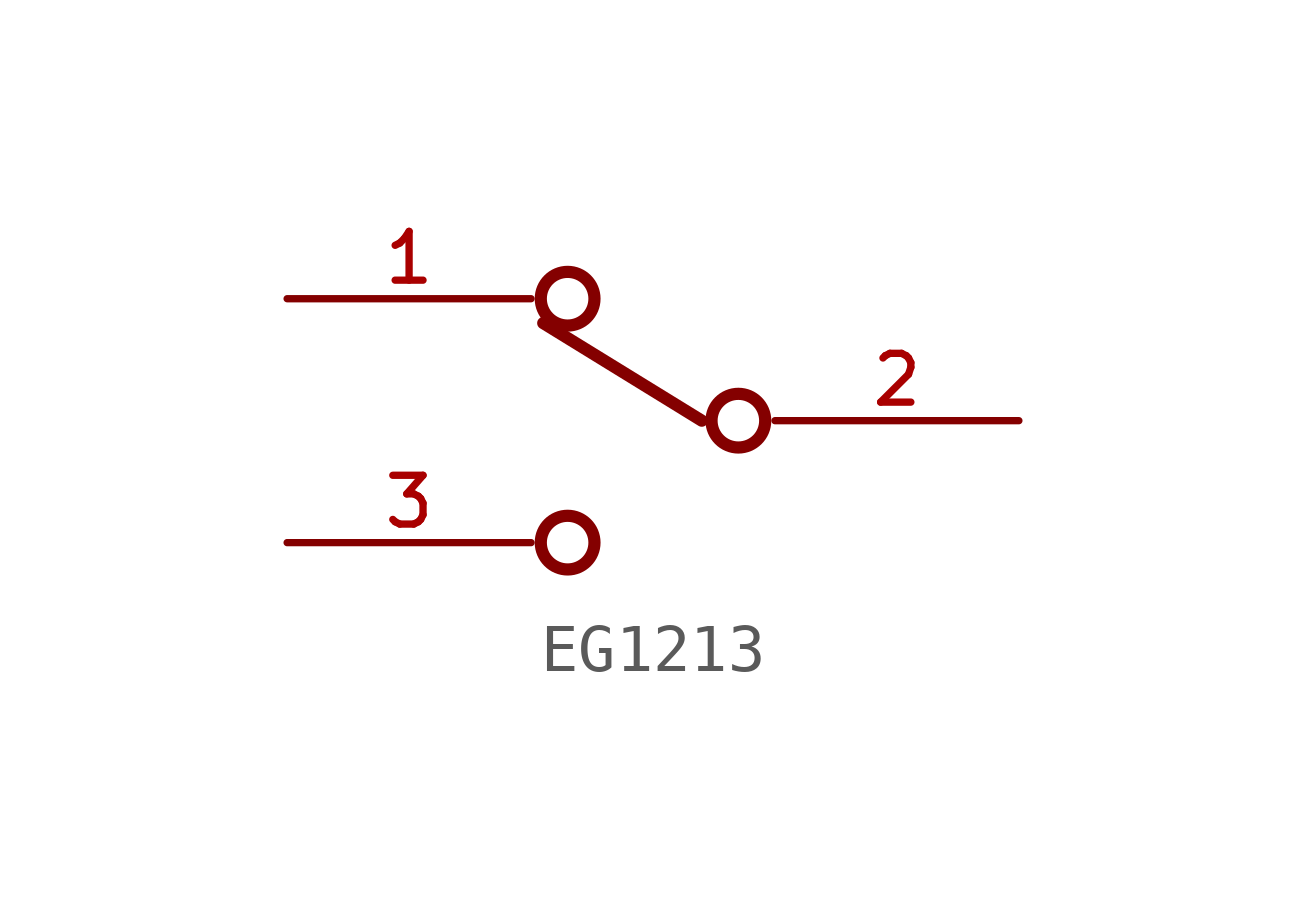
<source format=kicad_sym>
(kicad_symbol_lib
  (version 20211014)
  (generator kicad_symbol_editor)
  (symbol "EG1213"
    (pin_names
      (offset 1.016) hide)
    (property "Reference" "S"
      (at 0 0 0)
      (effects (font (size 1.27 1.27)) (justify left bottom) hide))
    (symbol "EG1213_0_0"
      (circle (center -1.778 -2.54) (radius 0.559) (stroke (width 0.254) (type default) (color 0 0 0 0)) (fill (type none)))
      (circle (center -1.778 2.54) (radius 0.559) (stroke (width 0.254) (type default) (color 0 0 0 0)) (fill (type none)))
      (polyline (pts (xy 1.016 0) (xy -2.286 2.032)) (stroke (width 0.254) (type default) (color 0 0 0 0)) (fill (type none)))
      (circle (center 1.778 0) (radius 0.559) (stroke (width 0.254) (type default) (color 0 0 0 0)) (fill (type none)))
      (pin passive line (at -7.62 2.54 0) (length 5.08) (name "~" (effects (font (size 1.016 1.016)))) (number "1" (effects (font (size 1.016 1.016)))))
      (pin passive line (at 7.62 0 180) (length 5.08) (name "~" (effects (font (size 1.016 1.016)))) (number "2" (effects (font (size 1.016 1.016)))))
      (pin passive line (at -7.62 -2.54 0) (length 5.08) (name "~" (effects (font (size 1.016 1.016)))) (number "3" (effects (font (size 1.016 1.016))))))))
</source>
